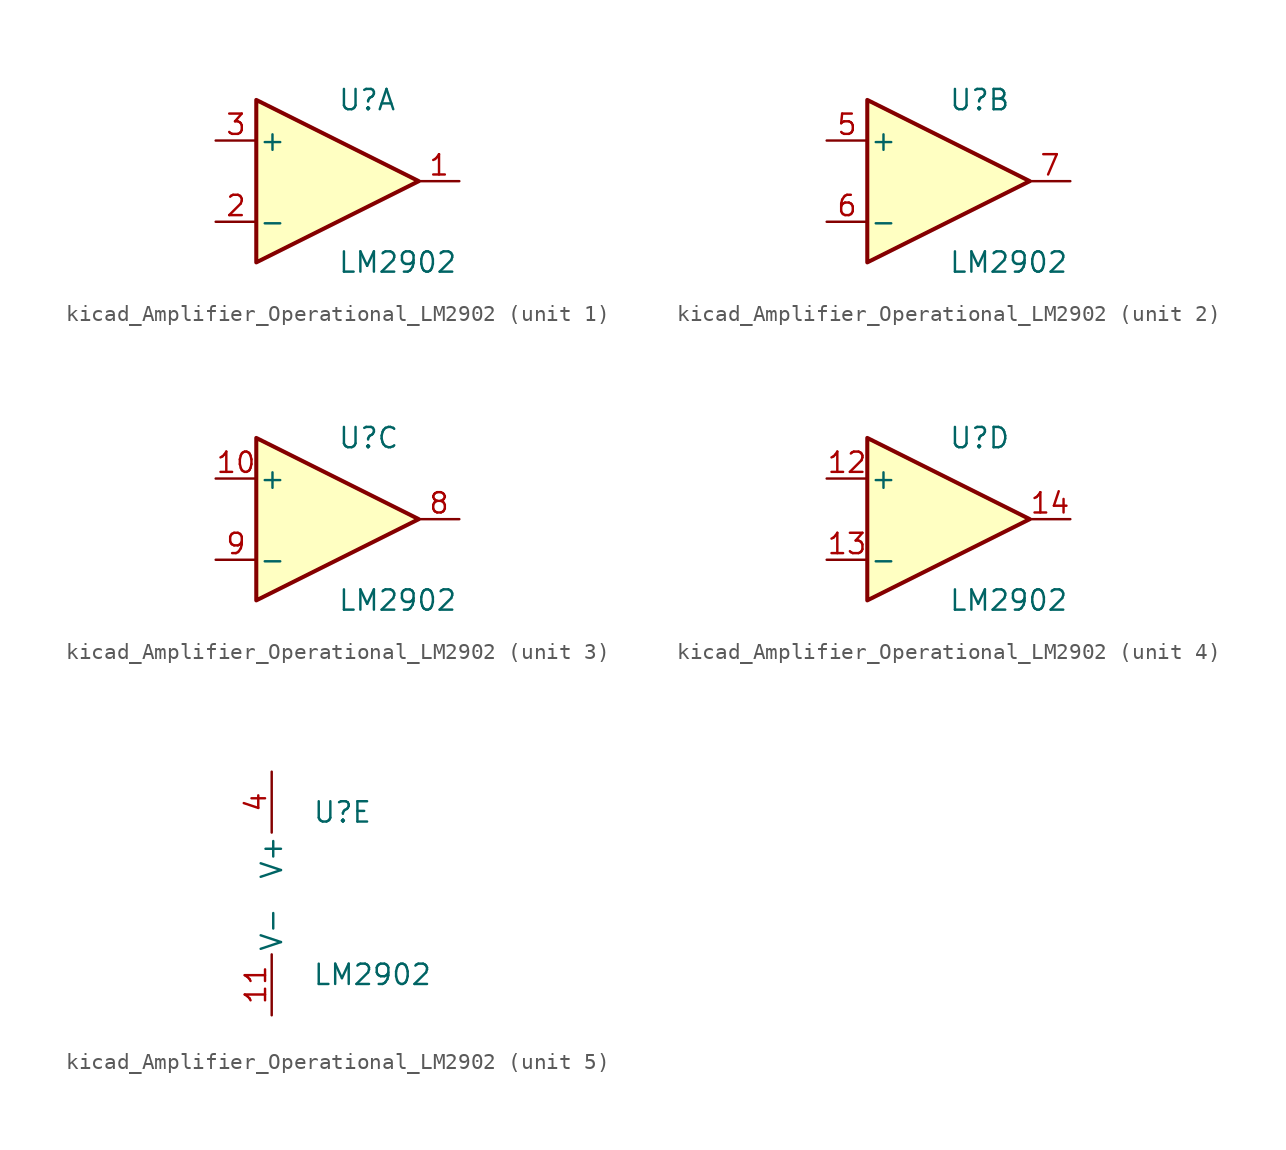
<source format=kicad_sym>
(kicad_symbol_lib
  (version 20220914)
  (generator kicad_symbol_editor)
  (symbol "kicad_Amplifier_Operational_LM2902"
    (pin_names
      (offset 0.127))
    (property "Reference" "U"
      (at 0 5.08 0)
      (effects (font (size 1.27 1.27)) (justify left)))
    (property "Value" "LM2902"
      (at 0 -5.08 0)
      (effects (font (size 1.27 1.27)) (justify left)))
    (property "ki_locked" ""
      (at 0 0 0)
      (effects (font (size 1.27 1.27))))
    (symbol "kicad_Amplifier_Operational_LM2902_1_1"
      (polyline (pts (xy -5.08 5.08) (xy 5.08 0) (xy -5.08 -5.08) (xy -5.08 5.08)) (stroke (width 0.254) (type default)) (fill (type background)))
      (pin output line (at 7.62 0 180) (length 2.54) (name "~" (effects (font (size 1.27 1.27)))) (number "1" (effects (font (size 1.27 1.27)))))
      (pin input line (at -7.62 -2.54 0) (length 2.54) (name "-" (effects (font (size 1.27 1.27)))) (number "2" (effects (font (size 1.27 1.27)))))
      (pin input line (at -7.62 2.54 0) (length 2.54) (name "+" (effects (font (size 1.27 1.27)))) (number "3" (effects (font (size 1.27 1.27))))))
    (symbol "kicad_Amplifier_Operational_LM2902_2_1"
      (polyline (pts (xy -5.08 5.08) (xy 5.08 0) (xy -5.08 -5.08) (xy -5.08 5.08)) (stroke (width 0.254) (type default)) (fill (type background)))
      (pin input line (at -7.62 2.54 0) (length 2.54) (name "+" (effects (font (size 1.27 1.27)))) (number "5" (effects (font (size 1.27 1.27)))))
      (pin input line (at -7.62 -2.54 0) (length 2.54) (name "-" (effects (font (size 1.27 1.27)))) (number "6" (effects (font (size 1.27 1.27)))))
      (pin output line (at 7.62 0 180) (length 2.54) (name "~" (effects (font (size 1.27 1.27)))) (number "7" (effects (font (size 1.27 1.27))))))
    (symbol "kicad_Amplifier_Operational_LM2902_3_1"
      (polyline (pts (xy -5.08 5.08) (xy 5.08 0) (xy -5.08 -5.08) (xy -5.08 5.08)) (stroke (width 0.254) (type default)) (fill (type background)))
      (pin input line (at -7.62 2.54 0) (length 2.54) (name "+" (effects (font (size 1.27 1.27)))) (number "10" (effects (font (size 1.27 1.27)))))
      (pin output line (at 7.62 0 180) (length 2.54) (name "~" (effects (font (size 1.27 1.27)))) (number "8" (effects (font (size 1.27 1.27)))))
      (pin input line (at -7.62 -2.54 0) (length 2.54) (name "-" (effects (font (size 1.27 1.27)))) (number "9" (effects (font (size 1.27 1.27))))))
    (symbol "kicad_Amplifier_Operational_LM2902_4_1"
      (polyline (pts (xy -5.08 5.08) (xy 5.08 0) (xy -5.08 -5.08) (xy -5.08 5.08)) (stroke (width 0.254) (type default)) (fill (type background)))
      (pin input line (at -7.62 2.54 0) (length 2.54) (name "+" (effects (font (size 1.27 1.27)))) (number "12" (effects (font (size 1.27 1.27)))))
      (pin input line (at -7.62 -2.54 0) (length 2.54) (name "-" (effects (font (size 1.27 1.27)))) (number "13" (effects (font (size 1.27 1.27)))))
      (pin output line (at 7.62 0 180) (length 2.54) (name "~" (effects (font (size 1.27 1.27)))) (number "14" (effects (font (size 1.27 1.27))))))
    (symbol "kicad_Amplifier_Operational_LM2902_5_1"
      (pin power_in line (at -2.54 -7.62 90) (length 3.81) (name "V-" (effects (font (size 1.27 1.27)))) (number "11" (effects (font (size 1.27 1.27)))))
      (pin power_in line (at -2.54 7.62 270) (length 3.81) (name "V+" (effects (font (size 1.27 1.27)))) (number "4" (effects (font (size 1.27 1.27))))))))
</source>
